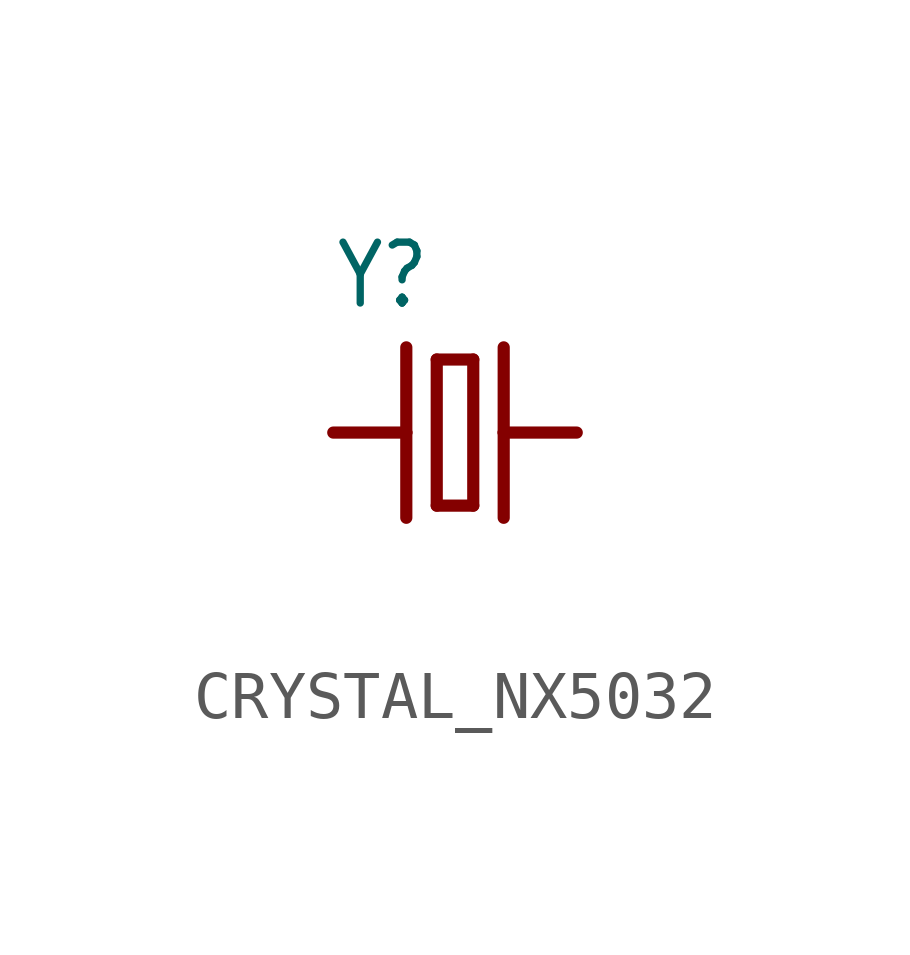
<source format=kicad_sym>
(kicad_symbol_lib
  (version 20220914)
  (generator kicad_symbol_editor)
  (symbol "CRYSTAL_NX5032"
    (property "Reference" "Y"
      (at -2.54 2.54 0)
      (effects (font (size 1.27 1.079)) (justify left bottom)))
    (property "Value" ""
      (at -2.54 -3.81 0)
      (effects (font (size 1.27 1.079)) (justify left bottom)))
    (property "ki_locked" ""
      (at 0 0 0)
      (effects (font (size 1.27 1.27))))
    (symbol "CRYSTAL_NX5032_1_0"
      (polyline (pts (xy -2.54 0) (xy -1.016 0)) (stroke (width 0.254) (type solid)) (fill (type none)))
      (polyline (pts (xy -1.016 0) (xy -1.016 -1.778)) (stroke (width 0.254) (type solid)) (fill (type none)))
      (polyline (pts (xy -1.016 1.778) (xy -1.016 0)) (stroke (width 0.254) (type solid)) (fill (type none)))
      (polyline (pts (xy -0.381 -1.524) (xy 0.381 -1.524)) (stroke (width 0.254) (type solid)) (fill (type none)))
      (polyline (pts (xy -0.381 1.524) (xy -0.381 -1.524)) (stroke (width 0.254) (type solid)) (fill (type none)))
      (polyline (pts (xy 0.381 -1.524) (xy 0.381 1.524)) (stroke (width 0.254) (type solid)) (fill (type none)))
      (polyline (pts (xy 0.381 1.524) (xy -0.381 1.524)) (stroke (width 0.254) (type solid)) (fill (type none)))
      (polyline (pts (xy 1.016 0) (xy 1.016 -1.778)) (stroke (width 0.254) (type solid)) (fill (type none)))
      (polyline (pts (xy 1.016 1.778) (xy 1.016 0)) (stroke (width 0.254) (type solid)) (fill (type none)))
      (polyline (pts (xy 2.54 0) (xy 1.016 0)) (stroke (width 0.254) (type solid)) (fill (type none)))
      (pin passive line (at -2.54 0 0) (length 0) (name "1" (effects (font (size 0 0)))) (number "P$1" (effects (font (size 0 0)))))
      (pin passive line (at 2.54 0 180) (length 0) (name "2" (effects (font (size 0 0)))) (number "P$2" (effects (font (size 0 0))))))))
</source>
